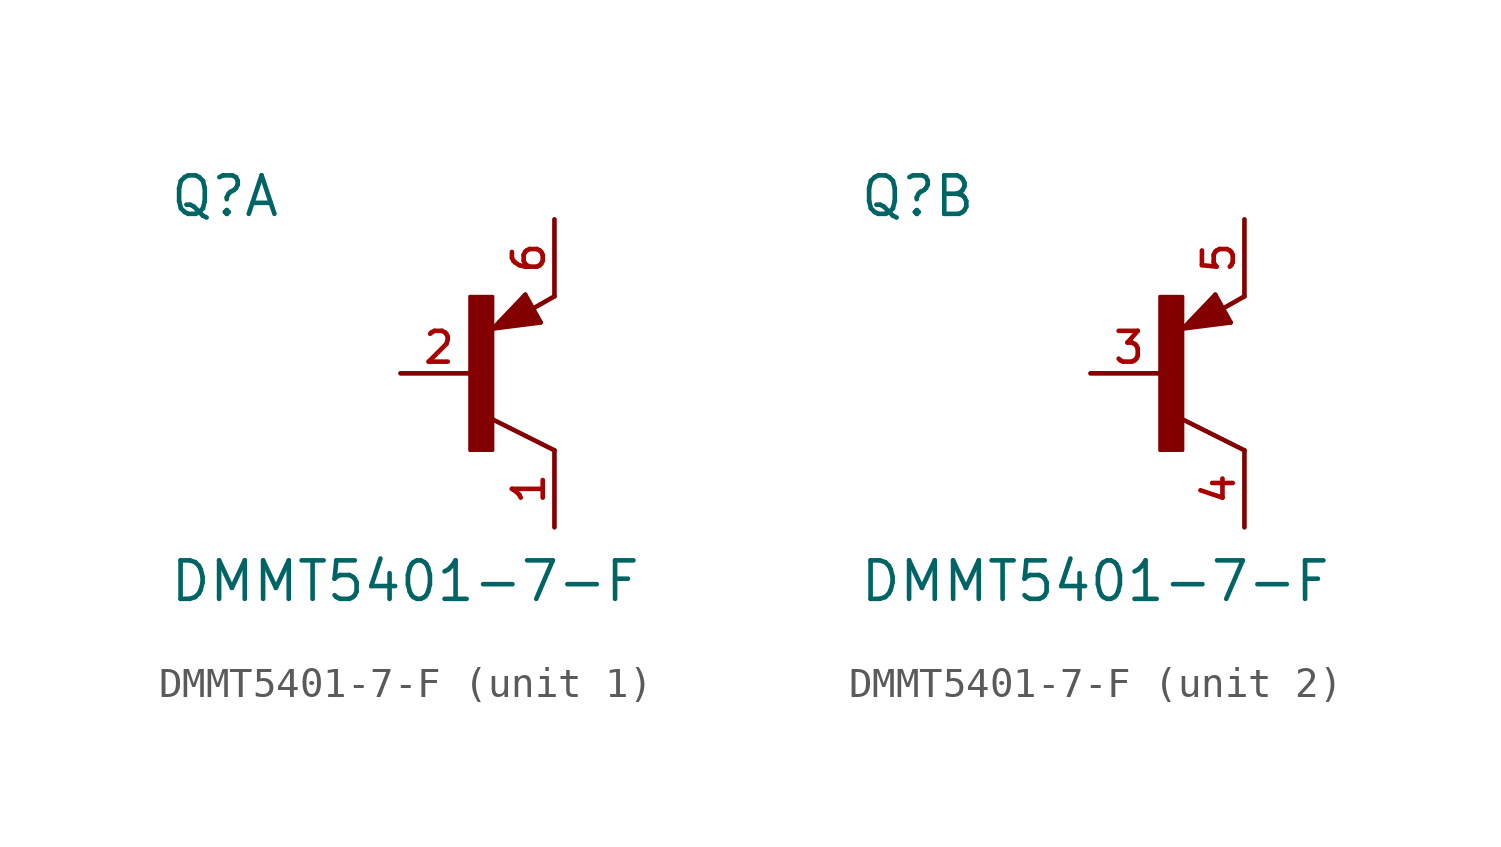
<source format=kicad_sym>
(kicad_symbol_lib
  (version 20211014)
  (generator kicad_symbol_editor)
  (symbol "DMMT5401-7-F"
    (pin_names
      (offset 1.016))
    (property "Reference" "Q"
      (at -10.184 5.098 0)
      (effects (font (size 1.27 1.27)) (justify bottom left)))
    (property "Value" "DMMT5401-7-F"
      (at -10.195 -7.603 0)
      (effects (font (size 1.27 1.27)) (justify bottom left)))
    (symbol "DMMT5401-7-F_1_0"
      (polyline (pts (xy 2.086 1.678) (xy 1.578 2.594)) (stroke (width 0.152)))
      (polyline (pts (xy 1.578 2.594) (xy 0.516 1.478)) (stroke (width 0.152)))
      (polyline (pts (xy 0.516 1.478) (xy 2.086 1.678)) (stroke (width 0.152)))
      (polyline (pts (xy 2.54 2.54) (xy 1.808 2.124)) (stroke (width 0.152)))
      (polyline (pts (xy 2.54 -2.54) (xy 0.508 -1.524)) (stroke (width 0.152)))
      (polyline (pts (xy 1.905 1.778) (xy 1.524 2.413)) (stroke (width 0.254)))
      (polyline (pts (xy 1.524 2.413) (xy 0.762 1.651)) (stroke (width 0.254)))
      (polyline (pts (xy 0.762 1.651) (xy 1.778 1.778)) (stroke (width 0.254)))
      (polyline (pts (xy 1.778 1.778) (xy 1.524 2.159)) (stroke (width 0.254)))
      (polyline (pts (xy 1.524 2.159) (xy 1.143 1.905)) (stroke (width 0.254)))
      (polyline (pts (xy 1.143 1.905) (xy 1.524 1.905)) (stroke (width 0.254)))
      (rectangle (start -0.254 -2.544) (end 0.508 2.54) (stroke (width 0.1)) (fill (type outline)))
      (pin passive line (at -2.54 0.0 0) (length 2.54) (name "~" (effects (font (size 1.016 1.016)))) (number "2" (effects (font (size 1.016 1.016)))))
      (pin passive line (at 2.54 5.08 270.0) (length 2.54) (name "~" (effects (font (size 1.016 1.016)))) (number "6" (effects (font (size 1.016 1.016)))))
      (pin passive line (at 2.54 -5.08 90.0) (length 2.54) (name "~" (effects (font (size 1.016 1.016)))) (number "1" (effects (font (size 1.016 1.016))))))
    (symbol "DMMT5401-7-F_2_0"
      (polyline (pts (xy 2.086 1.678) (xy 1.578 2.594)) (stroke (width 0.152)))
      (polyline (pts (xy 1.578 2.594) (xy 0.516 1.478)) (stroke (width 0.152)))
      (polyline (pts (xy 0.516 1.478) (xy 2.086 1.678)) (stroke (width 0.152)))
      (polyline (pts (xy 2.54 2.54) (xy 1.808 2.124)) (stroke (width 0.152)))
      (polyline (pts (xy 2.54 -2.54) (xy 0.508 -1.524)) (stroke (width 0.152)))
      (polyline (pts (xy 1.905 1.778) (xy 1.524 2.413)) (stroke (width 0.254)))
      (polyline (pts (xy 1.524 2.413) (xy 0.762 1.651)) (stroke (width 0.254)))
      (polyline (pts (xy 0.762 1.651) (xy 1.778 1.778)) (stroke (width 0.254)))
      (polyline (pts (xy 1.778 1.778) (xy 1.524 2.159)) (stroke (width 0.254)))
      (polyline (pts (xy 1.524 2.159) (xy 1.143 1.905)) (stroke (width 0.254)))
      (polyline (pts (xy 1.143 1.905) (xy 1.524 1.905)) (stroke (width 0.254)))
      (rectangle (start -0.254 -2.544) (end 0.508 2.54) (stroke (width 0.1)) (fill (type outline)))
      (pin passive line (at -2.54 0.0 0) (length 2.54) (name "~" (effects (font (size 1.016 1.016)))) (number "3" (effects (font (size 1.016 1.016)))))
      (pin passive line (at 2.54 5.08 270.0) (length 2.54) (name "~" (effects (font (size 1.016 1.016)))) (number "5" (effects (font (size 1.016 1.016)))))
      (pin passive line (at 2.54 -5.08 90.0) (length 2.54) (name "~" (effects (font (size 1.016 1.016)))) (number "4" (effects (font (size 1.016 1.016))))))))
</source>
